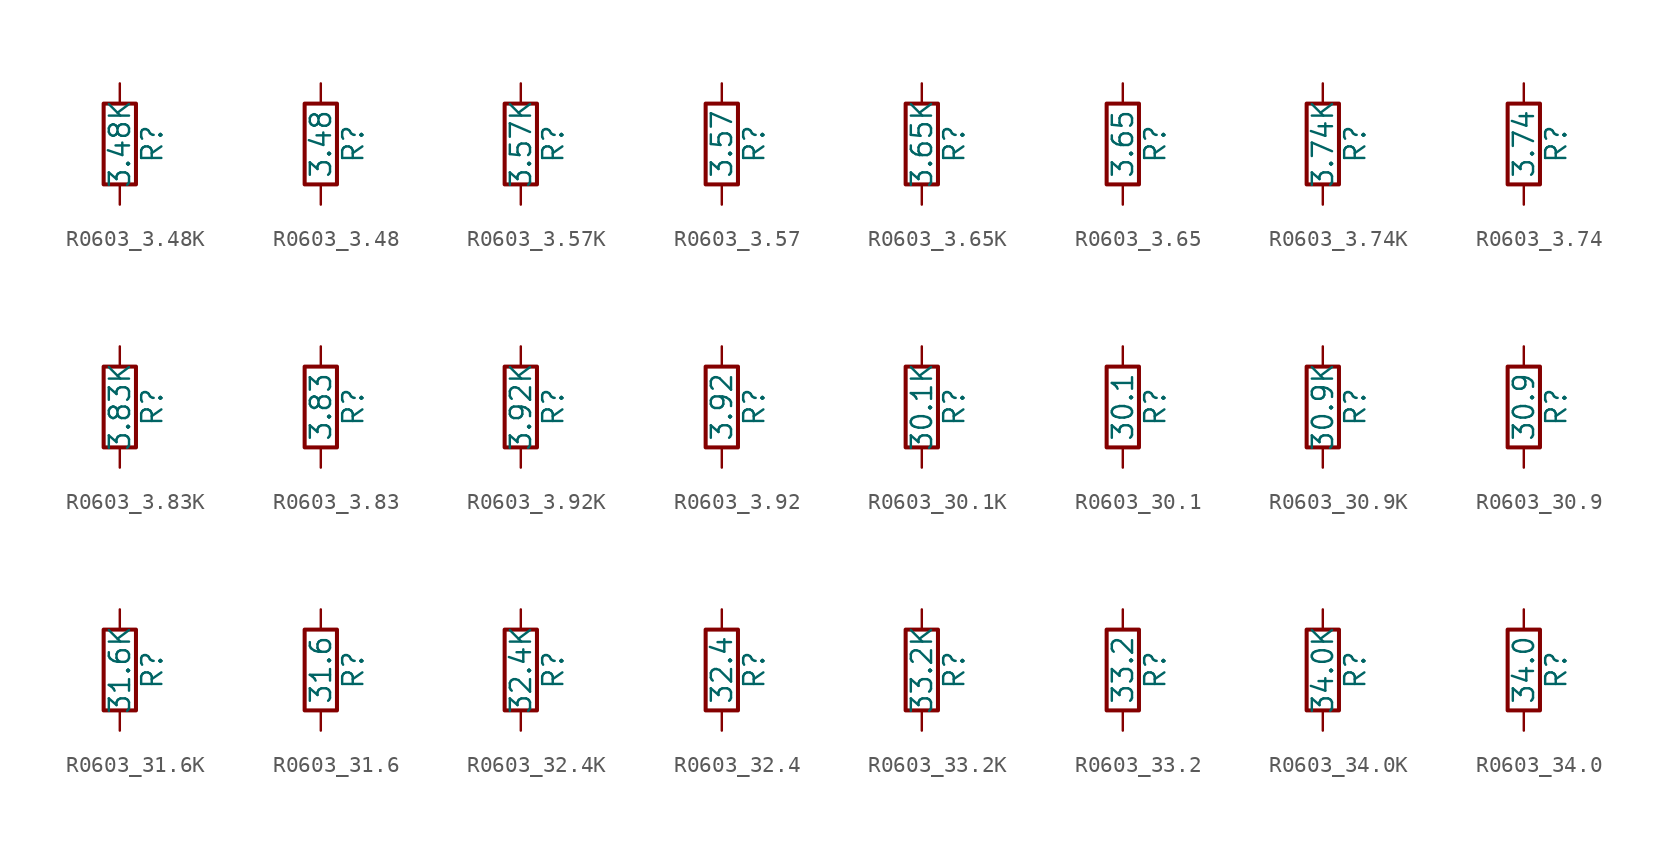
<source format=kicad_sym>
(kicad_symbol_lib
  (version 20211014)
  (generator atlantix-eda)
  (symbol "R0603_3.48K"
    (pin_numbers hide)
    (pin_names
      (offset 0))
    (property "Reference" "R"
      (at 2.032 0 90)
      (effects (font (size 1.27 1.27))))
    (property "Value" "3.48K"
      (at 0 0 90)
      (effects (font (size 1.27 1.27))))
    (symbol "R0603_3.48K_0_1"
      (rectangle (start -1.016 -2.54) (end 1.016 2.54) (stroke (width 0.254) (type default) (color 0 0 0 0)) (fill (type none))))
    (symbol "R0603_3.48K_1_1"
      (pin passive line (at 0 3.81 270) (length 1.27) (name "~" (effects (font (size 1.27 1.27)))) (number "1" (effects (font (size 1.27 1.27)))))
      (pin passive line (at 0 -3.81 90) (length 1.27) (name "~" (effects (font (size 1.27 1.27)))) (number "2" (effects (font (size 1.27 1.27)))))))
  (symbol "R0603_3.48"
    (pin_numbers hide)
    (pin_names
      (offset 0))
    (property "Reference" "R"
      (at 2.032 0 90)
      (effects (font (size 1.27 1.27))))
    (property "Value" "3.48"
      (at 0 0 90)
      (effects (font (size 1.27 1.27))))
    (symbol "R0603_3.48_0_1"
      (rectangle (start -1.016 -2.54) (end 1.016 2.54) (stroke (width 0.254) (type default) (color 0 0 0 0)) (fill (type none))))
    (symbol "R0603_3.48_1_1"
      (pin passive line (at 0 3.81 270) (length 1.27) (name "~" (effects (font (size 1.27 1.27)))) (number "1" (effects (font (size 1.27 1.27)))))
      (pin passive line (at 0 -3.81 90) (length 1.27) (name "~" (effects (font (size 1.27 1.27)))) (number "2" (effects (font (size 1.27 1.27)))))))
  (symbol "R0603_3.57K"
    (pin_numbers hide)
    (pin_names
      (offset 0))
    (property "Reference" "R"
      (at 2.032 0 90)
      (effects (font (size 1.27 1.27))))
    (property "Value" "3.57K"
      (at 0 0 90)
      (effects (font (size 1.27 1.27))))
    (symbol "R0603_3.57K_0_1"
      (rectangle (start -1.016 -2.54) (end 1.016 2.54) (stroke (width 0.254) (type default) (color 0 0 0 0)) (fill (type none))))
    (symbol "R0603_3.57K_1_1"
      (pin passive line (at 0 3.81 270) (length 1.27) (name "~" (effects (font (size 1.27 1.27)))) (number "1" (effects (font (size 1.27 1.27)))))
      (pin passive line (at 0 -3.81 90) (length 1.27) (name "~" (effects (font (size 1.27 1.27)))) (number "2" (effects (font (size 1.27 1.27)))))))
  (symbol "R0603_3.57"
    (pin_numbers hide)
    (pin_names
      (offset 0))
    (property "Reference" "R"
      (at 2.032 0 90)
      (effects (font (size 1.27 1.27))))
    (property "Value" "3.57"
      (at 0 0 90)
      (effects (font (size 1.27 1.27))))
    (symbol "R0603_3.57_0_1"
      (rectangle (start -1.016 -2.54) (end 1.016 2.54) (stroke (width 0.254) (type default) (color 0 0 0 0)) (fill (type none))))
    (symbol "R0603_3.57_1_1"
      (pin passive line (at 0 3.81 270) (length 1.27) (name "~" (effects (font (size 1.27 1.27)))) (number "1" (effects (font (size 1.27 1.27)))))
      (pin passive line (at 0 -3.81 90) (length 1.27) (name "~" (effects (font (size 1.27 1.27)))) (number "2" (effects (font (size 1.27 1.27)))))))
  (symbol "R0603_3.65K"
    (pin_numbers hide)
    (pin_names
      (offset 0))
    (property "Reference" "R"
      (at 2.032 0 90)
      (effects (font (size 1.27 1.27))))
    (property "Value" "3.65K"
      (at 0 0 90)
      (effects (font (size 1.27 1.27))))
    (symbol "R0603_3.65K_0_1"
      (rectangle (start -1.016 -2.54) (end 1.016 2.54) (stroke (width 0.254) (type default) (color 0 0 0 0)) (fill (type none))))
    (symbol "R0603_3.65K_1_1"
      (pin passive line (at 0 3.81 270) (length 1.27) (name "~" (effects (font (size 1.27 1.27)))) (number "1" (effects (font (size 1.27 1.27)))))
      (pin passive line (at 0 -3.81 90) (length 1.27) (name "~" (effects (font (size 1.27 1.27)))) (number "2" (effects (font (size 1.27 1.27)))))))
  (symbol "R0603_3.65"
    (pin_numbers hide)
    (pin_names
      (offset 0))
    (property "Reference" "R"
      (at 2.032 0 90)
      (effects (font (size 1.27 1.27))))
    (property "Value" "3.65"
      (at 0 0 90)
      (effects (font (size 1.27 1.27))))
    (symbol "R0603_3.65_0_1"
      (rectangle (start -1.016 -2.54) (end 1.016 2.54) (stroke (width 0.254) (type default) (color 0 0 0 0)) (fill (type none))))
    (symbol "R0603_3.65_1_1"
      (pin passive line (at 0 3.81 270) (length 1.27) (name "~" (effects (font (size 1.27 1.27)))) (number "1" (effects (font (size 1.27 1.27)))))
      (pin passive line (at 0 -3.81 90) (length 1.27) (name "~" (effects (font (size 1.27 1.27)))) (number "2" (effects (font (size 1.27 1.27)))))))
  (symbol "R0603_3.74K"
    (pin_numbers hide)
    (pin_names
      (offset 0))
    (property "Reference" "R"
      (at 2.032 0 90)
      (effects (font (size 1.27 1.27))))
    (property "Value" "3.74K"
      (at 0 0 90)
      (effects (font (size 1.27 1.27))))
    (symbol "R0603_3.74K_0_1"
      (rectangle (start -1.016 -2.54) (end 1.016 2.54) (stroke (width 0.254) (type default) (color 0 0 0 0)) (fill (type none))))
    (symbol "R0603_3.74K_1_1"
      (pin passive line (at 0 3.81 270) (length 1.27) (name "~" (effects (font (size 1.27 1.27)))) (number "1" (effects (font (size 1.27 1.27)))))
      (pin passive line (at 0 -3.81 90) (length 1.27) (name "~" (effects (font (size 1.27 1.27)))) (number "2" (effects (font (size 1.27 1.27)))))))
  (symbol "R0603_3.74"
    (pin_numbers hide)
    (pin_names
      (offset 0))
    (property "Reference" "R"
      (at 2.032 0 90)
      (effects (font (size 1.27 1.27))))
    (property "Value" "3.74"
      (at 0 0 90)
      (effects (font (size 1.27 1.27))))
    (symbol "R0603_3.74_0_1"
      (rectangle (start -1.016 -2.54) (end 1.016 2.54) (stroke (width 0.254) (type default) (color 0 0 0 0)) (fill (type none))))
    (symbol "R0603_3.74_1_1"
      (pin passive line (at 0 3.81 270) (length 1.27) (name "~" (effects (font (size 1.27 1.27)))) (number "1" (effects (font (size 1.27 1.27)))))
      (pin passive line (at 0 -3.81 90) (length 1.27) (name "~" (effects (font (size 1.27 1.27)))) (number "2" (effects (font (size 1.27 1.27)))))))
  (symbol "R0603_3.83K"
    (pin_numbers hide)
    (pin_names
      (offset 0))
    (property "Reference" "R"
      (at 2.032 0 90)
      (effects (font (size 1.27 1.27))))
    (property "Value" "3.83K"
      (at 0 0 90)
      (effects (font (size 1.27 1.27))))
    (symbol "R0603_3.83K_0_1"
      (rectangle (start -1.016 -2.54) (end 1.016 2.54) (stroke (width 0.254) (type default) (color 0 0 0 0)) (fill (type none))))
    (symbol "R0603_3.83K_1_1"
      (pin passive line (at 0 3.81 270) (length 1.27) (name "~" (effects (font (size 1.27 1.27)))) (number "1" (effects (font (size 1.27 1.27)))))
      (pin passive line (at 0 -3.81 90) (length 1.27) (name "~" (effects (font (size 1.27 1.27)))) (number "2" (effects (font (size 1.27 1.27)))))))
  (symbol "R0603_3.83"
    (pin_numbers hide)
    (pin_names
      (offset 0))
    (property "Reference" "R"
      (at 2.032 0 90)
      (effects (font (size 1.27 1.27))))
    (property "Value" "3.83"
      (at 0 0 90)
      (effects (font (size 1.27 1.27))))
    (symbol "R0603_3.83_0_1"
      (rectangle (start -1.016 -2.54) (end 1.016 2.54) (stroke (width 0.254) (type default) (color 0 0 0 0)) (fill (type none))))
    (symbol "R0603_3.83_1_1"
      (pin passive line (at 0 3.81 270) (length 1.27) (name "~" (effects (font (size 1.27 1.27)))) (number "1" (effects (font (size 1.27 1.27)))))
      (pin passive line (at 0 -3.81 90) (length 1.27) (name "~" (effects (font (size 1.27 1.27)))) (number "2" (effects (font (size 1.27 1.27)))))))
  (symbol "R0603_3.92K"
    (pin_numbers hide)
    (pin_names
      (offset 0))
    (property "Reference" "R"
      (at 2.032 0 90)
      (effects (font (size 1.27 1.27))))
    (property "Value" "3.92K"
      (at 0 0 90)
      (effects (font (size 1.27 1.27))))
    (symbol "R0603_3.92K_0_1"
      (rectangle (start -1.016 -2.54) (end 1.016 2.54) (stroke (width 0.254) (type default) (color 0 0 0 0)) (fill (type none))))
    (symbol "R0603_3.92K_1_1"
      (pin passive line (at 0 3.81 270) (length 1.27) (name "~" (effects (font (size 1.27 1.27)))) (number "1" (effects (font (size 1.27 1.27)))))
      (pin passive line (at 0 -3.81 90) (length 1.27) (name "~" (effects (font (size 1.27 1.27)))) (number "2" (effects (font (size 1.27 1.27)))))))
  (symbol "R0603_3.92"
    (pin_numbers hide)
    (pin_names
      (offset 0))
    (property "Reference" "R"
      (at 2.032 0 90)
      (effects (font (size 1.27 1.27))))
    (property "Value" "3.92"
      (at 0 0 90)
      (effects (font (size 1.27 1.27))))
    (symbol "R0603_3.92_0_1"
      (rectangle (start -1.016 -2.54) (end 1.016 2.54) (stroke (width 0.254) (type default) (color 0 0 0 0)) (fill (type none))))
    (symbol "R0603_3.92_1_1"
      (pin passive line (at 0 3.81 270) (length 1.27) (name "~" (effects (font (size 1.27 1.27)))) (number "1" (effects (font (size 1.27 1.27)))))
      (pin passive line (at 0 -3.81 90) (length 1.27) (name "~" (effects (font (size 1.27 1.27)))) (number "2" (effects (font (size 1.27 1.27)))))))
  (symbol "R0603_30.1K"
    (pin_numbers hide)
    (pin_names
      (offset 0))
    (property "Reference" "R"
      (at 2.032 0 90)
      (effects (font (size 1.27 1.27))))
    (property "Value" "30.1K"
      (at 0 0 90)
      (effects (font (size 1.27 1.27))))
    (symbol "R0603_30.1K_0_1"
      (rectangle (start -1.016 -2.54) (end 1.016 2.54) (stroke (width 0.254) (type default) (color 0 0 0 0)) (fill (type none))))
    (symbol "R0603_30.1K_1_1"
      (pin passive line (at 0 3.81 270) (length 1.27) (name "~" (effects (font (size 1.27 1.27)))) (number "1" (effects (font (size 1.27 1.27)))))
      (pin passive line (at 0 -3.81 90) (length 1.27) (name "~" (effects (font (size 1.27 1.27)))) (number "2" (effects (font (size 1.27 1.27)))))))
  (symbol "R0603_30.1"
    (pin_numbers hide)
    (pin_names
      (offset 0))
    (property "Reference" "R"
      (at 2.032 0 90)
      (effects (font (size 1.27 1.27))))
    (property "Value" "30.1"
      (at 0 0 90)
      (effects (font (size 1.27 1.27))))
    (symbol "R0603_30.1_0_1"
      (rectangle (start -1.016 -2.54) (end 1.016 2.54) (stroke (width 0.254) (type default) (color 0 0 0 0)) (fill (type none))))
    (symbol "R0603_30.1_1_1"
      (pin passive line (at 0 3.81 270) (length 1.27) (name "~" (effects (font (size 1.27 1.27)))) (number "1" (effects (font (size 1.27 1.27)))))
      (pin passive line (at 0 -3.81 90) (length 1.27) (name "~" (effects (font (size 1.27 1.27)))) (number "2" (effects (font (size 1.27 1.27)))))))
  (symbol "R0603_30.9K"
    (pin_numbers hide)
    (pin_names
      (offset 0))
    (property "Reference" "R"
      (at 2.032 0 90)
      (effects (font (size 1.27 1.27))))
    (property "Value" "30.9K"
      (at 0 0 90)
      (effects (font (size 1.27 1.27))))
    (symbol "R0603_30.9K_0_1"
      (rectangle (start -1.016 -2.54) (end 1.016 2.54) (stroke (width 0.254) (type default) (color 0 0 0 0)) (fill (type none))))
    (symbol "R0603_30.9K_1_1"
      (pin passive line (at 0 3.81 270) (length 1.27) (name "~" (effects (font (size 1.27 1.27)))) (number "1" (effects (font (size 1.27 1.27)))))
      (pin passive line (at 0 -3.81 90) (length 1.27) (name "~" (effects (font (size 1.27 1.27)))) (number "2" (effects (font (size 1.27 1.27)))))))
  (symbol "R0603_30.9"
    (pin_numbers hide)
    (pin_names
      (offset 0))
    (property "Reference" "R"
      (at 2.032 0 90)
      (effects (font (size 1.27 1.27))))
    (property "Value" "30.9"
      (at 0 0 90)
      (effects (font (size 1.27 1.27))))
    (symbol "R0603_30.9_0_1"
      (rectangle (start -1.016 -2.54) (end 1.016 2.54) (stroke (width 0.254) (type default) (color 0 0 0 0)) (fill (type none))))
    (symbol "R0603_30.9_1_1"
      (pin passive line (at 0 3.81 270) (length 1.27) (name "~" (effects (font (size 1.27 1.27)))) (number "1" (effects (font (size 1.27 1.27)))))
      (pin passive line (at 0 -3.81 90) (length 1.27) (name "~" (effects (font (size 1.27 1.27)))) (number "2" (effects (font (size 1.27 1.27)))))))
  (symbol "R0603_31.6K"
    (pin_numbers hide)
    (pin_names
      (offset 0))
    (property "Reference" "R"
      (at 2.032 0 90)
      (effects (font (size 1.27 1.27))))
    (property "Value" "31.6K"
      (at 0 0 90)
      (effects (font (size 1.27 1.27))))
    (symbol "R0603_31.6K_0_1"
      (rectangle (start -1.016 -2.54) (end 1.016 2.54) (stroke (width 0.254) (type default) (color 0 0 0 0)) (fill (type none))))
    (symbol "R0603_31.6K_1_1"
      (pin passive line (at 0 3.81 270) (length 1.27) (name "~" (effects (font (size 1.27 1.27)))) (number "1" (effects (font (size 1.27 1.27)))))
      (pin passive line (at 0 -3.81 90) (length 1.27) (name "~" (effects (font (size 1.27 1.27)))) (number "2" (effects (font (size 1.27 1.27)))))))
  (symbol "R0603_31.6"
    (pin_numbers hide)
    (pin_names
      (offset 0))
    (property "Reference" "R"
      (at 2.032 0 90)
      (effects (font (size 1.27 1.27))))
    (property "Value" "31.6"
      (at 0 0 90)
      (effects (font (size 1.27 1.27))))
    (symbol "R0603_31.6_0_1"
      (rectangle (start -1.016 -2.54) (end 1.016 2.54) (stroke (width 0.254) (type default) (color 0 0 0 0)) (fill (type none))))
    (symbol "R0603_31.6_1_1"
      (pin passive line (at 0 3.81 270) (length 1.27) (name "~" (effects (font (size 1.27 1.27)))) (number "1" (effects (font (size 1.27 1.27)))))
      (pin passive line (at 0 -3.81 90) (length 1.27) (name "~" (effects (font (size 1.27 1.27)))) (number "2" (effects (font (size 1.27 1.27)))))))
  (symbol "R0603_32.4K"
    (pin_numbers hide)
    (pin_names
      (offset 0))
    (property "Reference" "R"
      (at 2.032 0 90)
      (effects (font (size 1.27 1.27))))
    (property "Value" "32.4K"
      (at 0 0 90)
      (effects (font (size 1.27 1.27))))
    (symbol "R0603_32.4K_0_1"
      (rectangle (start -1.016 -2.54) (end 1.016 2.54) (stroke (width 0.254) (type default) (color 0 0 0 0)) (fill (type none))))
    (symbol "R0603_32.4K_1_1"
      (pin passive line (at 0 3.81 270) (length 1.27) (name "~" (effects (font (size 1.27 1.27)))) (number "1" (effects (font (size 1.27 1.27)))))
      (pin passive line (at 0 -3.81 90) (length 1.27) (name "~" (effects (font (size 1.27 1.27)))) (number "2" (effects (font (size 1.27 1.27)))))))
  (symbol "R0603_32.4"
    (pin_numbers hide)
    (pin_names
      (offset 0))
    (property "Reference" "R"
      (at 2.032 0 90)
      (effects (font (size 1.27 1.27))))
    (property "Value" "32.4"
      (at 0 0 90)
      (effects (font (size 1.27 1.27))))
    (symbol "R0603_32.4_0_1"
      (rectangle (start -1.016 -2.54) (end 1.016 2.54) (stroke (width 0.254) (type default) (color 0 0 0 0)) (fill (type none))))
    (symbol "R0603_32.4_1_1"
      (pin passive line (at 0 3.81 270) (length 1.27) (name "~" (effects (font (size 1.27 1.27)))) (number "1" (effects (font (size 1.27 1.27)))))
      (pin passive line (at 0 -3.81 90) (length 1.27) (name "~" (effects (font (size 1.27 1.27)))) (number "2" (effects (font (size 1.27 1.27)))))))
  (symbol "R0603_33.2K"
    (pin_numbers hide)
    (pin_names
      (offset 0))
    (property "Reference" "R"
      (at 2.032 0 90)
      (effects (font (size 1.27 1.27))))
    (property "Value" "33.2K"
      (at 0 0 90)
      (effects (font (size 1.27 1.27))))
    (symbol "R0603_33.2K_0_1"
      (rectangle (start -1.016 -2.54) (end 1.016 2.54) (stroke (width 0.254) (type default) (color 0 0 0 0)) (fill (type none))))
    (symbol "R0603_33.2K_1_1"
      (pin passive line (at 0 3.81 270) (length 1.27) (name "~" (effects (font (size 1.27 1.27)))) (number "1" (effects (font (size 1.27 1.27)))))
      (pin passive line (at 0 -3.81 90) (length 1.27) (name "~" (effects (font (size 1.27 1.27)))) (number "2" (effects (font (size 1.27 1.27)))))))
  (symbol "R0603_33.2"
    (pin_numbers hide)
    (pin_names
      (offset 0))
    (property "Reference" "R"
      (at 2.032 0 90)
      (effects (font (size 1.27 1.27))))
    (property "Value" "33.2"
      (at 0 0 90)
      (effects (font (size 1.27 1.27))))
    (symbol "R0603_33.2_0_1"
      (rectangle (start -1.016 -2.54) (end 1.016 2.54) (stroke (width 0.254) (type default) (color 0 0 0 0)) (fill (type none))))
    (symbol "R0603_33.2_1_1"
      (pin passive line (at 0 3.81 270) (length 1.27) (name "~" (effects (font (size 1.27 1.27)))) (number "1" (effects (font (size 1.27 1.27)))))
      (pin passive line (at 0 -3.81 90) (length 1.27) (name "~" (effects (font (size 1.27 1.27)))) (number "2" (effects (font (size 1.27 1.27)))))))
  (symbol "R0603_34.0K"
    (pin_numbers hide)
    (pin_names
      (offset 0))
    (property "Reference" "R"
      (at 2.032 0 90)
      (effects (font (size 1.27 1.27))))
    (property "Value" "34.0K"
      (at 0 0 90)
      (effects (font (size 1.27 1.27))))
    (symbol "R0603_34.0K_0_1"
      (rectangle (start -1.016 -2.54) (end 1.016 2.54) (stroke (width 0.254) (type default) (color 0 0 0 0)) (fill (type none))))
    (symbol "R0603_34.0K_1_1"
      (pin passive line (at 0 3.81 270) (length 1.27) (name "~" (effects (font (size 1.27 1.27)))) (number "1" (effects (font (size 1.27 1.27)))))
      (pin passive line (at 0 -3.81 90) (length 1.27) (name "~" (effects (font (size 1.27 1.27)))) (number "2" (effects (font (size 1.27 1.27)))))))
  (symbol "R0603_34.0"
    (pin_numbers hide)
    (pin_names
      (offset 0))
    (property "Reference" "R"
      (at 2.032 0 90)
      (effects (font (size 1.27 1.27))))
    (property "Value" "34.0"
      (at 0 0 90)
      (effects (font (size 1.27 1.27))))
    (symbol "R0603_34.0_0_1"
      (rectangle (start -1.016 -2.54) (end 1.016 2.54) (stroke (width 0.254) (type default) (color 0 0 0 0)) (fill (type none))))
    (symbol "R0603_34.0_1_1"
      (pin passive line (at 0 3.81 270) (length 1.27) (name "~" (effects (font (size 1.27 1.27)))) (number "1" (effects (font (size 1.27 1.27)))))
      (pin passive line (at 0 -3.81 90) (length 1.27) (name "~" (effects (font (size 1.27 1.27)))) (number "2" (effects (font (size 1.27 1.27))))))))
</source>
